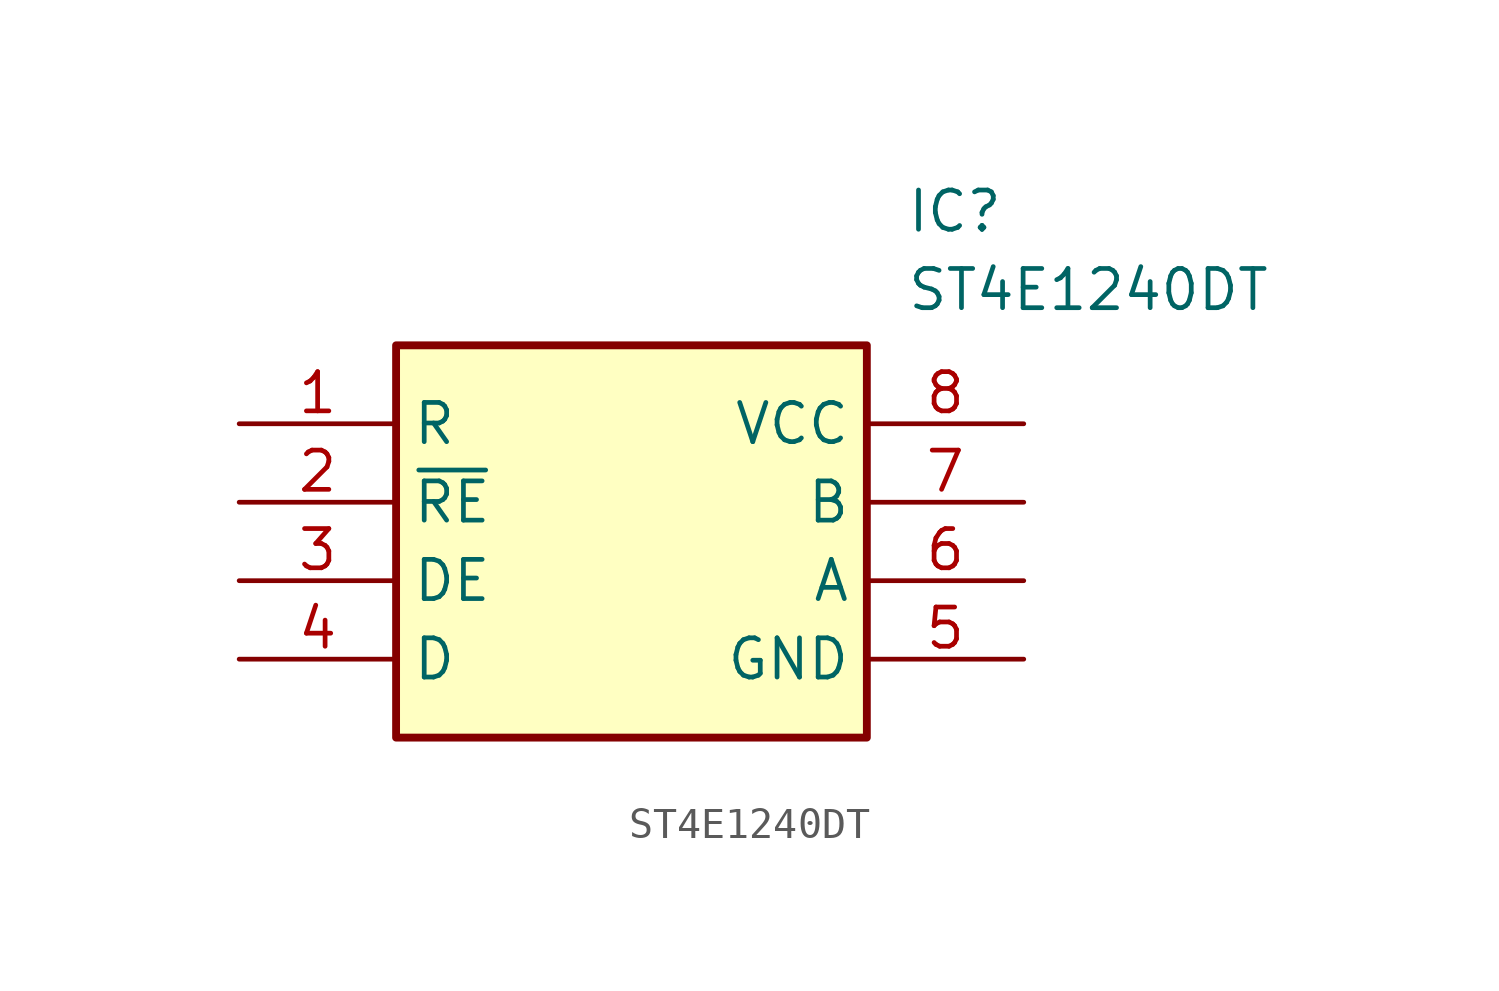
<source format=kicad_sym>
(kicad_symbol_lib
  (version 20211014)
  (generator SamacSys_ECAD_Model)
  (symbol "ST4E1240DT"
    (property "Reference" "IC"
      (at 21.59 7.62 0)
      (effects (font (size 1.27 1.27)) (justify left top)))
    (property "Value" "ST4E1240DT"
      (at 21.59 5.08 0)
      (effects (font (size 1.27 1.27)) (justify left top)))
    (rectangle
      (start 5.08 2.54)
      (end 20.32 -10.16)
      (stroke (width 0.254) (type default))
      (fill (type background)))
    (pin passive line
      (at 0 0 0)
      (length 5.08)
      (name "R" (effects (font (size 1.27 1.27))))
      (number "1" (effects (font (size 1.27 1.27)))))
    (pin passive line
      (at 0 -2.54 0)
      (length 5.08)
      (name "~{RE}" (effects (font (size 1.27 1.27))))
      (number "2" (effects (font (size 1.27 1.27)))))
    (pin passive line
      (at 0 -5.08 0)
      (length 5.08)
      (name "DE" (effects (font (size 1.27 1.27))))
      (number "3" (effects (font (size 1.27 1.27)))))
    (pin passive line
      (at 0 -7.62 0)
      (length 5.08)
      (name "D" (effects (font (size 1.27 1.27))))
      (number "4" (effects (font (size 1.27 1.27)))))
    (pin passive line
      (at 25.4 0 180)
      (length 5.08)
      (name "VCC" (effects (font (size 1.27 1.27))))
      (number "8" (effects (font (size 1.27 1.27)))))
    (pin passive line
      (at 25.4 -2.54 180)
      (length 5.08)
      (name "B" (effects (font (size 1.27 1.27))))
      (number "7" (effects (font (size 1.27 1.27)))))
    (pin passive line
      (at 25.4 -5.08 180)
      (length 5.08)
      (name "A" (effects (font (size 1.27 1.27))))
      (number "6" (effects (font (size 1.27 1.27)))))
    (pin passive line
      (at 25.4 -7.62 180)
      (length 5.08)
      (name "GND" (effects (font (size 1.27 1.27))))
      (number "5" (effects (font (size 1.27 1.27)))))))
</source>
